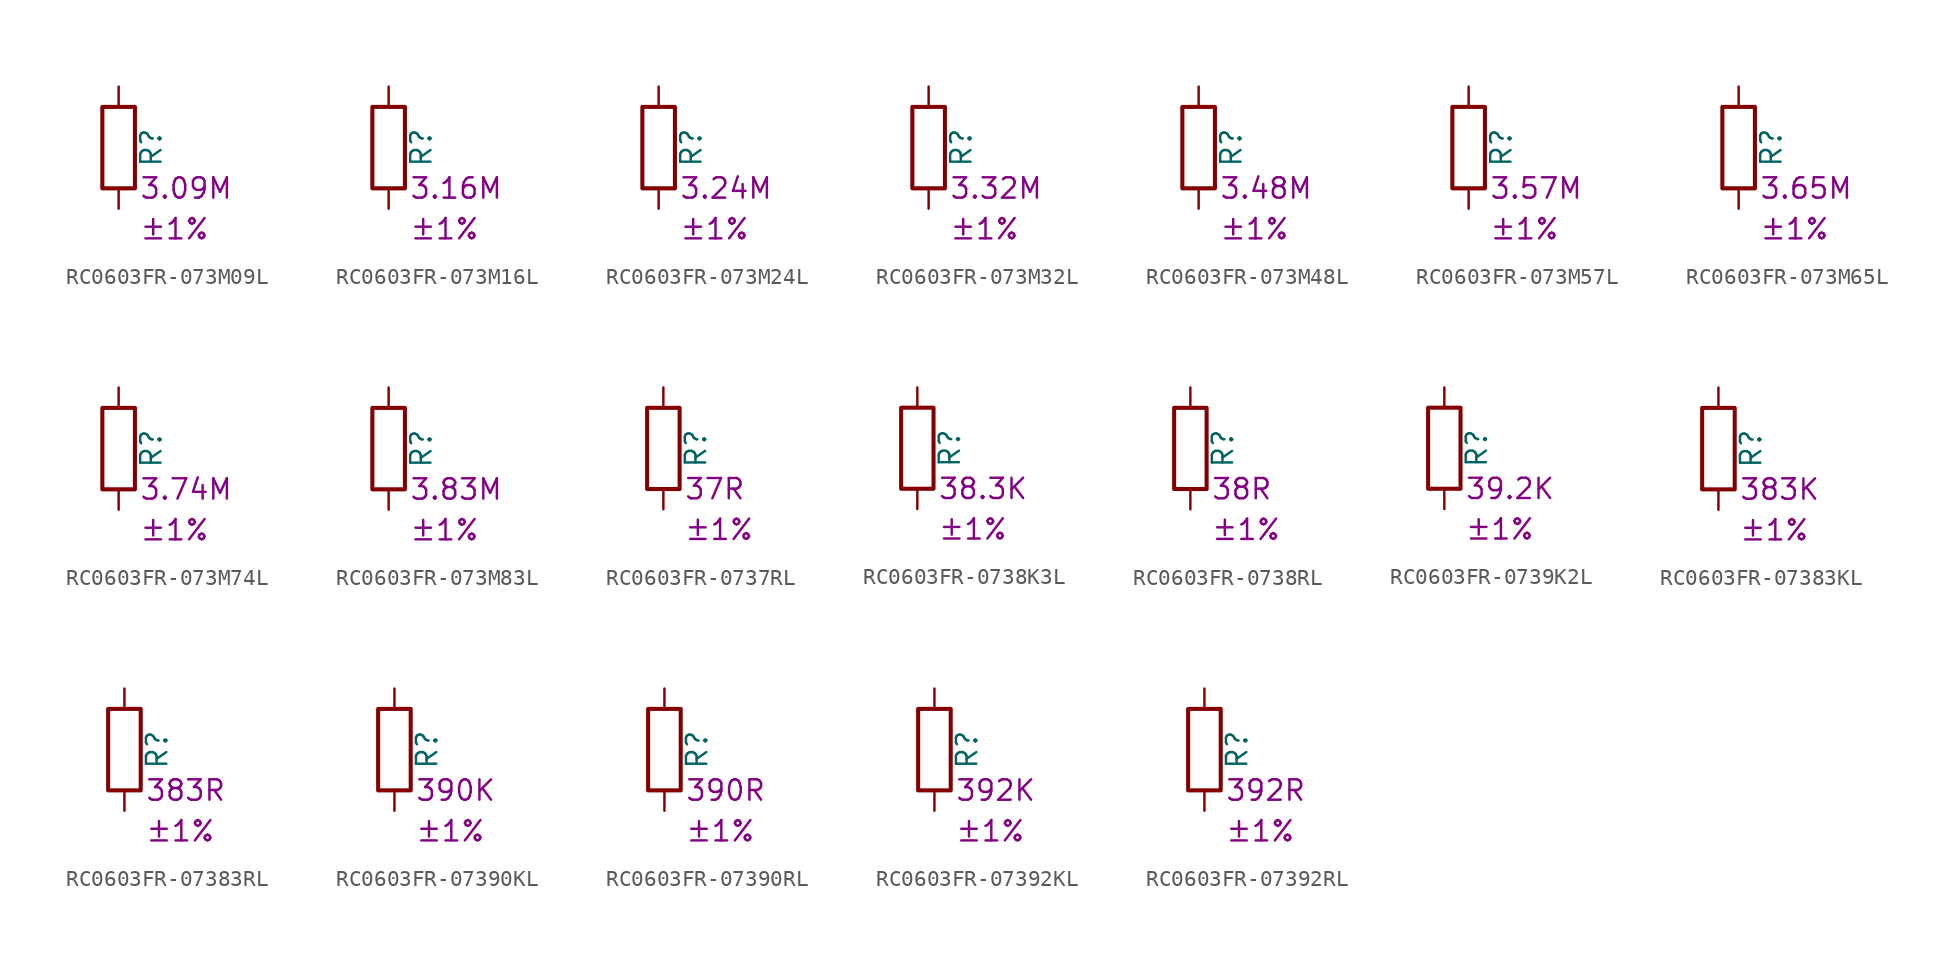
<source format=kicad_sym>
(kicad_symbol_lib
  (version 20220914)
  (generator kicad_symbol_editor)
  (symbol "RC0603FR-073M09L"
    (pin_numbers hide)
    (pin_names
      (offset 0))
    (property "Reference" "R"
      (at 2.032 0 90)
      (effects (font (size 1.27 1.27))))
    (property "Resistance" "3.09M"
      (at 1.27 -2.54 0)
      (effects (font (size 1.27 1.27)) (justify left)))
    (property "Tolerance" "±1%"
      (at 1.27 -5.08 0)
      (effects (font (size 1.27 1.27)) (justify left)))
    (symbol "RC0603FR-073M09L_0_1"
      (rectangle (start -1.016 -2.54) (end 1.016 2.54) (stroke (width 0.254) (type default)) (fill (type none))))
    (symbol "RC0603FR-073M09L_1_1"
      (pin passive line (at 0 3.81 270) (length 1.27) (name "~" (effects (font (size 1.27 1.27)))) (number "1" (effects (font (size 1.27 1.27)))))
      (pin passive line (at 0 -3.81 90) (length 1.27) (name "~" (effects (font (size 1.27 1.27)))) (number "2" (effects (font (size 1.27 1.27)))))))
  (symbol "RC0603FR-073M16L"
    (pin_numbers hide)
    (pin_names
      (offset 0))
    (property "Reference" "R"
      (at 2.032 0 90)
      (effects (font (size 1.27 1.27))))
    (property "Resistance" "3.16M"
      (at 1.27 -2.54 0)
      (effects (font (size 1.27 1.27)) (justify left)))
    (property "Tolerance" "±1%"
      (at 1.27 -5.08 0)
      (effects (font (size 1.27 1.27)) (justify left)))
    (symbol "RC0603FR-073M16L_0_1"
      (rectangle (start -1.016 -2.54) (end 1.016 2.54) (stroke (width 0.254) (type default)) (fill (type none))))
    (symbol "RC0603FR-073M16L_1_1"
      (pin passive line (at 0 3.81 270) (length 1.27) (name "~" (effects (font (size 1.27 1.27)))) (number "1" (effects (font (size 1.27 1.27)))))
      (pin passive line (at 0 -3.81 90) (length 1.27) (name "~" (effects (font (size 1.27 1.27)))) (number "2" (effects (font (size 1.27 1.27)))))))
  (symbol "RC0603FR-073M24L"
    (pin_numbers hide)
    (pin_names
      (offset 0))
    (property "Reference" "R"
      (at 2.032 0 90)
      (effects (font (size 1.27 1.27))))
    (property "Resistance" "3.24M"
      (at 1.27 -2.54 0)
      (effects (font (size 1.27 1.27)) (justify left)))
    (property "Tolerance" "±1%"
      (at 1.27 -5.08 0)
      (effects (font (size 1.27 1.27)) (justify left)))
    (symbol "RC0603FR-073M24L_0_1"
      (rectangle (start -1.016 -2.54) (end 1.016 2.54) (stroke (width 0.254) (type default)) (fill (type none))))
    (symbol "RC0603FR-073M24L_1_1"
      (pin passive line (at 0 3.81 270) (length 1.27) (name "~" (effects (font (size 1.27 1.27)))) (number "1" (effects (font (size 1.27 1.27)))))
      (pin passive line (at 0 -3.81 90) (length 1.27) (name "~" (effects (font (size 1.27 1.27)))) (number "2" (effects (font (size 1.27 1.27)))))))
  (symbol "RC0603FR-073M32L"
    (pin_numbers hide)
    (pin_names
      (offset 0))
    (property "Reference" "R"
      (at 2.032 0 90)
      (effects (font (size 1.27 1.27))))
    (property "Resistance" "3.32M"
      (at 1.27 -2.54 0)
      (effects (font (size 1.27 1.27)) (justify left)))
    (property "Tolerance" "±1%"
      (at 1.27 -5.08 0)
      (effects (font (size 1.27 1.27)) (justify left)))
    (symbol "RC0603FR-073M32L_0_1"
      (rectangle (start -1.016 -2.54) (end 1.016 2.54) (stroke (width 0.254) (type default)) (fill (type none))))
    (symbol "RC0603FR-073M32L_1_1"
      (pin passive line (at 0 3.81 270) (length 1.27) (name "~" (effects (font (size 1.27 1.27)))) (number "1" (effects (font (size 1.27 1.27)))))
      (pin passive line (at 0 -3.81 90) (length 1.27) (name "~" (effects (font (size 1.27 1.27)))) (number "2" (effects (font (size 1.27 1.27)))))))
  (symbol "RC0603FR-073M48L"
    (pin_numbers hide)
    (pin_names
      (offset 0))
    (property "Reference" "R"
      (at 2.032 0 90)
      (effects (font (size 1.27 1.27))))
    (property "Resistance" "3.48M"
      (at 1.27 -2.54 0)
      (effects (font (size 1.27 1.27)) (justify left)))
    (property "Tolerance" "±1%"
      (at 1.27 -5.08 0)
      (effects (font (size 1.27 1.27)) (justify left)))
    (symbol "RC0603FR-073M48L_0_1"
      (rectangle (start -1.016 -2.54) (end 1.016 2.54) (stroke (width 0.254) (type default)) (fill (type none))))
    (symbol "RC0603FR-073M48L_1_1"
      (pin passive line (at 0 3.81 270) (length 1.27) (name "~" (effects (font (size 1.27 1.27)))) (number "1" (effects (font (size 1.27 1.27)))))
      (pin passive line (at 0 -3.81 90) (length 1.27) (name "~" (effects (font (size 1.27 1.27)))) (number "2" (effects (font (size 1.27 1.27)))))))
  (symbol "RC0603FR-073M57L"
    (pin_numbers hide)
    (pin_names
      (offset 0))
    (property "Reference" "R"
      (at 2.032 0 90)
      (effects (font (size 1.27 1.27))))
    (property "Resistance" "3.57M"
      (at 1.27 -2.54 0)
      (effects (font (size 1.27 1.27)) (justify left)))
    (property "Tolerance" "±1%"
      (at 1.27 -5.08 0)
      (effects (font (size 1.27 1.27)) (justify left)))
    (symbol "RC0603FR-073M57L_0_1"
      (rectangle (start -1.016 -2.54) (end 1.016 2.54) (stroke (width 0.254) (type default)) (fill (type none))))
    (symbol "RC0603FR-073M57L_1_1"
      (pin passive line (at 0 3.81 270) (length 1.27) (name "~" (effects (font (size 1.27 1.27)))) (number "1" (effects (font (size 1.27 1.27)))))
      (pin passive line (at 0 -3.81 90) (length 1.27) (name "~" (effects (font (size 1.27 1.27)))) (number "2" (effects (font (size 1.27 1.27)))))))
  (symbol "RC0603FR-073M65L"
    (pin_numbers hide)
    (pin_names
      (offset 0))
    (property "Reference" "R"
      (at 2.032 0 90)
      (effects (font (size 1.27 1.27))))
    (property "Resistance" "3.65M"
      (at 1.27 -2.54 0)
      (effects (font (size 1.27 1.27)) (justify left)))
    (property "Tolerance" "±1%"
      (at 1.27 -5.08 0)
      (effects (font (size 1.27 1.27)) (justify left)))
    (symbol "RC0603FR-073M65L_0_1"
      (rectangle (start -1.016 -2.54) (end 1.016 2.54) (stroke (width 0.254) (type default)) (fill (type none))))
    (symbol "RC0603FR-073M65L_1_1"
      (pin passive line (at 0 3.81 270) (length 1.27) (name "~" (effects (font (size 1.27 1.27)))) (number "1" (effects (font (size 1.27 1.27)))))
      (pin passive line (at 0 -3.81 90) (length 1.27) (name "~" (effects (font (size 1.27 1.27)))) (number "2" (effects (font (size 1.27 1.27)))))))
  (symbol "RC0603FR-073M74L"
    (pin_numbers hide)
    (pin_names
      (offset 0))
    (property "Reference" "R"
      (at 2.032 0 90)
      (effects (font (size 1.27 1.27))))
    (property "Resistance" "3.74M"
      (at 1.27 -2.54 0)
      (effects (font (size 1.27 1.27)) (justify left)))
    (property "Tolerance" "±1%"
      (at 1.27 -5.08 0)
      (effects (font (size 1.27 1.27)) (justify left)))
    (symbol "RC0603FR-073M74L_0_1"
      (rectangle (start -1.016 -2.54) (end 1.016 2.54) (stroke (width 0.254) (type default)) (fill (type none))))
    (symbol "RC0603FR-073M74L_1_1"
      (pin passive line (at 0 3.81 270) (length 1.27) (name "~" (effects (font (size 1.27 1.27)))) (number "1" (effects (font (size 1.27 1.27)))))
      (pin passive line (at 0 -3.81 90) (length 1.27) (name "~" (effects (font (size 1.27 1.27)))) (number "2" (effects (font (size 1.27 1.27)))))))
  (symbol "RC0603FR-073M83L"
    (pin_numbers hide)
    (pin_names
      (offset 0))
    (property "Reference" "R"
      (at 2.032 0 90)
      (effects (font (size 1.27 1.27))))
    (property "Resistance" "3.83M"
      (at 1.27 -2.54 0)
      (effects (font (size 1.27 1.27)) (justify left)))
    (property "Tolerance" "±1%"
      (at 1.27 -5.08 0)
      (effects (font (size 1.27 1.27)) (justify left)))
    (symbol "RC0603FR-073M83L_0_1"
      (rectangle (start -1.016 -2.54) (end 1.016 2.54) (stroke (width 0.254) (type default)) (fill (type none))))
    (symbol "RC0603FR-073M83L_1_1"
      (pin passive line (at 0 3.81 270) (length 1.27) (name "~" (effects (font (size 1.27 1.27)))) (number "1" (effects (font (size 1.27 1.27)))))
      (pin passive line (at 0 -3.81 90) (length 1.27) (name "~" (effects (font (size 1.27 1.27)))) (number "2" (effects (font (size 1.27 1.27)))))))
  (symbol "RC0603FR-0737RL"
    (pin_numbers hide)
    (pin_names
      (offset 0))
    (property "Reference" "R"
      (at 2.032 0 90)
      (effects (font (size 1.27 1.27))))
    (property "Resistance" "37R"
      (at 1.27 -2.54 0)
      (effects (font (size 1.27 1.27)) (justify left)))
    (property "Tolerance" "±1%"
      (at 1.27 -5.08 0)
      (effects (font (size 1.27 1.27)) (justify left)))
    (symbol "RC0603FR-0737RL_0_1"
      (rectangle (start -1.016 -2.54) (end 1.016 2.54) (stroke (width 0.254) (type default)) (fill (type none))))
    (symbol "RC0603FR-0737RL_1_1"
      (pin passive line (at 0 3.81 270) (length 1.27) (name "~" (effects (font (size 1.27 1.27)))) (number "1" (effects (font (size 1.27 1.27)))))
      (pin passive line (at 0 -3.81 90) (length 1.27) (name "~" (effects (font (size 1.27 1.27)))) (number "2" (effects (font (size 1.27 1.27)))))))
  (symbol "RC0603FR-0738K3L"
    (pin_numbers hide)
    (pin_names
      (offset 0))
    (property "Reference" "R"
      (at 2.032 0 90)
      (effects (font (size 1.27 1.27))))
    (property "Resistance" "38.3K"
      (at 1.27 -2.54 0)
      (effects (font (size 1.27 1.27)) (justify left)))
    (property "Tolerance" "±1%"
      (at 1.27 -5.08 0)
      (effects (font (size 1.27 1.27)) (justify left)))
    (symbol "RC0603FR-0738K3L_0_1"
      (rectangle (start -1.016 -2.54) (end 1.016 2.54) (stroke (width 0.254) (type default)) (fill (type none))))
    (symbol "RC0603FR-0738K3L_1_1"
      (pin passive line (at 0 3.81 270) (length 1.27) (name "~" (effects (font (size 1.27 1.27)))) (number "1" (effects (font (size 1.27 1.27)))))
      (pin passive line (at 0 -3.81 90) (length 1.27) (name "~" (effects (font (size 1.27 1.27)))) (number "2" (effects (font (size 1.27 1.27)))))))
  (symbol "RC0603FR-0738RL"
    (pin_numbers hide)
    (pin_names
      (offset 0))
    (property "Reference" "R"
      (at 2.032 0 90)
      (effects (font (size 1.27 1.27))))
    (property "Resistance" "38R"
      (at 1.27 -2.54 0)
      (effects (font (size 1.27 1.27)) (justify left)))
    (property "Tolerance" "±1%"
      (at 1.27 -5.08 0)
      (effects (font (size 1.27 1.27)) (justify left)))
    (symbol "RC0603FR-0738RL_0_1"
      (rectangle (start -1.016 -2.54) (end 1.016 2.54) (stroke (width 0.254) (type default)) (fill (type none))))
    (symbol "RC0603FR-0738RL_1_1"
      (pin passive line (at 0 3.81 270) (length 1.27) (name "~" (effects (font (size 1.27 1.27)))) (number "1" (effects (font (size 1.27 1.27)))))
      (pin passive line (at 0 -3.81 90) (length 1.27) (name "~" (effects (font (size 1.27 1.27)))) (number "2" (effects (font (size 1.27 1.27)))))))
  (symbol "RC0603FR-0739K2L"
    (pin_numbers hide)
    (pin_names
      (offset 0))
    (property "Reference" "R"
      (at 2.032 0 90)
      (effects (font (size 1.27 1.27))))
    (property "Resistance" "39.2K"
      (at 1.27 -2.54 0)
      (effects (font (size 1.27 1.27)) (justify left)))
    (property "Tolerance" "±1%"
      (at 1.27 -5.08 0)
      (effects (font (size 1.27 1.27)) (justify left)))
    (symbol "RC0603FR-0739K2L_0_1"
      (rectangle (start -1.016 -2.54) (end 1.016 2.54) (stroke (width 0.254) (type default)) (fill (type none))))
    (symbol "RC0603FR-0739K2L_1_1"
      (pin passive line (at 0 3.81 270) (length 1.27) (name "~" (effects (font (size 1.27 1.27)))) (number "1" (effects (font (size 1.27 1.27)))))
      (pin passive line (at 0 -3.81 90) (length 1.27) (name "~" (effects (font (size 1.27 1.27)))) (number "2" (effects (font (size 1.27 1.27)))))))
  (symbol "RC0603FR-07383KL"
    (pin_numbers hide)
    (pin_names
      (offset 0))
    (property "Reference" "R"
      (at 2.032 0 90)
      (effects (font (size 1.27 1.27))))
    (property "Resistance" "383K"
      (at 1.27 -2.54 0)
      (effects (font (size 1.27 1.27)) (justify left)))
    (property "Tolerance" "±1%"
      (at 1.27 -5.08 0)
      (effects (font (size 1.27 1.27)) (justify left)))
    (symbol "RC0603FR-07383KL_0_1"
      (rectangle (start -1.016 -2.54) (end 1.016 2.54) (stroke (width 0.254) (type default)) (fill (type none))))
    (symbol "RC0603FR-07383KL_1_1"
      (pin passive line (at 0 3.81 270) (length 1.27) (name "~" (effects (font (size 1.27 1.27)))) (number "1" (effects (font (size 1.27 1.27)))))
      (pin passive line (at 0 -3.81 90) (length 1.27) (name "~" (effects (font (size 1.27 1.27)))) (number "2" (effects (font (size 1.27 1.27)))))))
  (symbol "RC0603FR-07383RL"
    (pin_numbers hide)
    (pin_names
      (offset 0))
    (property "Reference" "R"
      (at 2.032 0 90)
      (effects (font (size 1.27 1.27))))
    (property "Resistance" "383R"
      (at 1.27 -2.54 0)
      (effects (font (size 1.27 1.27)) (justify left)))
    (property "Tolerance" "±1%"
      (at 1.27 -5.08 0)
      (effects (font (size 1.27 1.27)) (justify left)))
    (symbol "RC0603FR-07383RL_0_1"
      (rectangle (start -1.016 -2.54) (end 1.016 2.54) (stroke (width 0.254) (type default)) (fill (type none))))
    (symbol "RC0603FR-07383RL_1_1"
      (pin passive line (at 0 3.81 270) (length 1.27) (name "~" (effects (font (size 1.27 1.27)))) (number "1" (effects (font (size 1.27 1.27)))))
      (pin passive line (at 0 -3.81 90) (length 1.27) (name "~" (effects (font (size 1.27 1.27)))) (number "2" (effects (font (size 1.27 1.27)))))))
  (symbol "RC0603FR-07390KL"
    (pin_numbers hide)
    (pin_names
      (offset 0))
    (property "Reference" "R"
      (at 2.032 0 90)
      (effects (font (size 1.27 1.27))))
    (property "Resistance" "390K"
      (at 1.27 -2.54 0)
      (effects (font (size 1.27 1.27)) (justify left)))
    (property "Tolerance" "±1%"
      (at 1.27 -5.08 0)
      (effects (font (size 1.27 1.27)) (justify left)))
    (symbol "RC0603FR-07390KL_0_1"
      (rectangle (start -1.016 -2.54) (end 1.016 2.54) (stroke (width 0.254) (type default)) (fill (type none))))
    (symbol "RC0603FR-07390KL_1_1"
      (pin passive line (at 0 3.81 270) (length 1.27) (name "~" (effects (font (size 1.27 1.27)))) (number "1" (effects (font (size 1.27 1.27)))))
      (pin passive line (at 0 -3.81 90) (length 1.27) (name "~" (effects (font (size 1.27 1.27)))) (number "2" (effects (font (size 1.27 1.27)))))))
  (symbol "RC0603FR-07390RL"
    (pin_numbers hide)
    (pin_names
      (offset 0))
    (property "Reference" "R"
      (at 2.032 0 90)
      (effects (font (size 1.27 1.27))))
    (property "Resistance" "390R"
      (at 1.27 -2.54 0)
      (effects (font (size 1.27 1.27)) (justify left)))
    (property "Tolerance" "±1%"
      (at 1.27 -5.08 0)
      (effects (font (size 1.27 1.27)) (justify left)))
    (symbol "RC0603FR-07390RL_0_1"
      (rectangle (start -1.016 -2.54) (end 1.016 2.54) (stroke (width 0.254) (type default)) (fill (type none))))
    (symbol "RC0603FR-07390RL_1_1"
      (pin passive line (at 0 3.81 270) (length 1.27) (name "~" (effects (font (size 1.27 1.27)))) (number "1" (effects (font (size 1.27 1.27)))))
      (pin passive line (at 0 -3.81 90) (length 1.27) (name "~" (effects (font (size 1.27 1.27)))) (number "2" (effects (font (size 1.27 1.27)))))))
  (symbol "RC0603FR-07392KL"
    (pin_numbers hide)
    (pin_names
      (offset 0))
    (property "Reference" "R"
      (at 2.032 0 90)
      (effects (font (size 1.27 1.27))))
    (property "Resistance" "392K"
      (at 1.27 -2.54 0)
      (effects (font (size 1.27 1.27)) (justify left)))
    (property "Tolerance" "±1%"
      (at 1.27 -5.08 0)
      (effects (font (size 1.27 1.27)) (justify left)))
    (symbol "RC0603FR-07392KL_0_1"
      (rectangle (start -1.016 -2.54) (end 1.016 2.54) (stroke (width 0.254) (type default)) (fill (type none))))
    (symbol "RC0603FR-07392KL_1_1"
      (pin passive line (at 0 3.81 270) (length 1.27) (name "~" (effects (font (size 1.27 1.27)))) (number "1" (effects (font (size 1.27 1.27)))))
      (pin passive line (at 0 -3.81 90) (length 1.27) (name "~" (effects (font (size 1.27 1.27)))) (number "2" (effects (font (size 1.27 1.27)))))))
  (symbol "RC0603FR-07392RL"
    (pin_numbers hide)
    (pin_names
      (offset 0))
    (property "Reference" "R"
      (at 2.032 0 90)
      (effects (font (size 1.27 1.27))))
    (property "Resistance" "392R"
      (at 1.27 -2.54 0)
      (effects (font (size 1.27 1.27)) (justify left)))
    (property "Tolerance" "±1%"
      (at 1.27 -5.08 0)
      (effects (font (size 1.27 1.27)) (justify left)))
    (symbol "RC0603FR-07392RL_0_1"
      (rectangle (start -1.016 -2.54) (end 1.016 2.54) (stroke (width 0.254) (type default)) (fill (type none))))
    (symbol "RC0603FR-07392RL_1_1"
      (pin passive line (at 0 3.81 270) (length 1.27) (name "~" (effects (font (size 1.27 1.27)))) (number "1" (effects (font (size 1.27 1.27)))))
      (pin passive line (at 0 -3.81 90) (length 1.27) (name "~" (effects (font (size 1.27 1.27)))) (number "2" (effects (font (size 1.27 1.27))))))))
</source>
